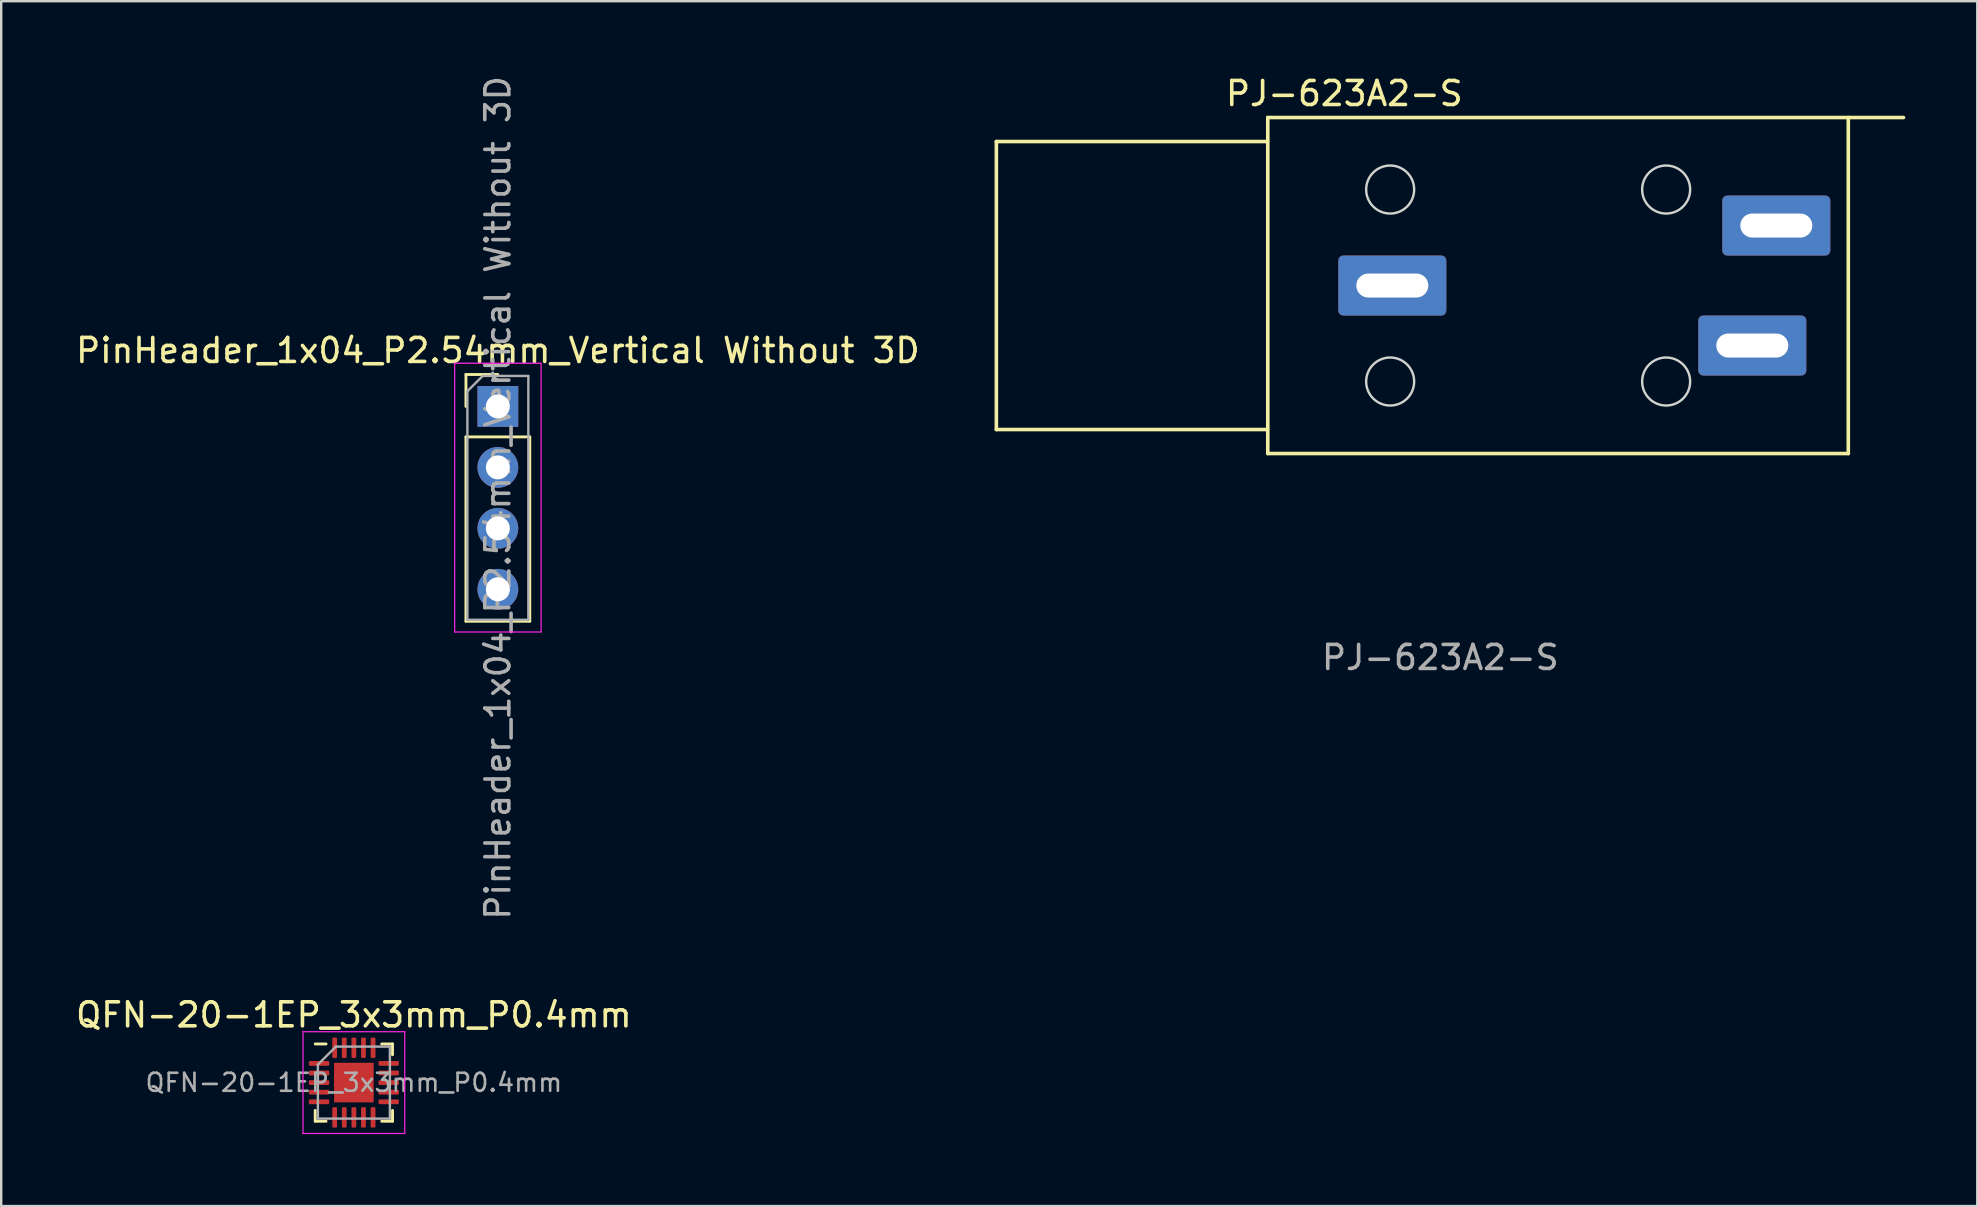
<source format=kicad_pcb>
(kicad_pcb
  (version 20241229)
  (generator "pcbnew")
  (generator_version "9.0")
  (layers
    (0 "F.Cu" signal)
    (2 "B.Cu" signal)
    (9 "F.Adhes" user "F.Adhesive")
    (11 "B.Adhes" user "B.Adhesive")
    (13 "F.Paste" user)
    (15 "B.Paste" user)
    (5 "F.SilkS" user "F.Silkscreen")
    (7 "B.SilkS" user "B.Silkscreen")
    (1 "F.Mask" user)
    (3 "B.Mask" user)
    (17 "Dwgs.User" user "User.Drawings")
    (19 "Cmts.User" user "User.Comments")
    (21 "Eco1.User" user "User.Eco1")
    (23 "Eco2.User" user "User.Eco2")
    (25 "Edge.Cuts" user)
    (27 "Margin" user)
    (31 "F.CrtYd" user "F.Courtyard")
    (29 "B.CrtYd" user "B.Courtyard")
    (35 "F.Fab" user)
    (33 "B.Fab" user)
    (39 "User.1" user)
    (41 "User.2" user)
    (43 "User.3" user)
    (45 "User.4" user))
  (footprint "QFN-20-1EP_3x3mm_P0.4mm"
    (layer "F.Cu")
    (at 11.696 42.061)
    (property "Reference" "QFN-20-1EP_3x3mm_P0.4mm" (at 0 -2.82 0) (layer "F.SilkS") (effects (font (size 1 1) (thickness 0.15))))
    (attr smd)
    (fp_line (start -1.61 1.61) (end -1.61 1.16) (stroke (width 0.12) (type solid)) (layer "F.SilkS"))
    (fp_line (start -1.16 -1.61) (end -1.61 -1.61) (stroke (width 0.12) (type solid)) (layer "F.SilkS"))
    (fp_line (start -1.16 1.61) (end -1.61 1.61) (stroke (width 0.12) (type solid)) (layer "F.SilkS"))
    (fp_line (start 1.16 -1.61) (end 1.61 -1.61) (stroke (width 0.12) (type solid)) (layer "F.SilkS"))
    (fp_line (start 1.16 1.61) (end 1.61 1.61) (stroke (width 0.12) (type solid)) (layer "F.SilkS"))
    (fp_line (start 1.61 -1.61) (end 1.61 -1.16) (stroke (width 0.12) (type solid)) (layer "F.SilkS"))
    (fp_line (start 1.61 1.61) (end 1.61 1.16) (stroke (width 0.12) (type solid)) (layer "F.SilkS"))
    (fp_line (start -2.12 -2.12) (end -2.12 2.12) (stroke (width 0.05) (type solid)) (layer "F.CrtYd"))
    (fp_line (start -2.12 2.12) (end 2.12 2.12) (stroke (width 0.05) (type solid)) (layer "F.CrtYd"))
    (fp_line (start 2.12 -2.12) (end -2.12 -2.12) (stroke (width 0.05) (type solid)) (layer "F.CrtYd"))
    (fp_line (start 2.12 2.12) (end 2.12 -2.12) (stroke (width 0.05) (type solid)) (layer "F.CrtYd"))
    (fp_line (start -1.5 -0.75) (end -0.75 -1.5) (stroke (width 0.1) (type solid)) (layer "F.Fab"))
    (fp_line (start -1.5 1.5) (end -1.5 -0.75) (stroke (width 0.1) (type solid)) (layer "F.Fab"))
    (fp_line (start -0.75 -1.5) (end 1.5 -1.5) (stroke (width 0.1) (type solid)) (layer "F.Fab"))
    (fp_line (start 1.5 -1.5) (end 1.5 1.5) (stroke (width 0.1) (type solid)) (layer "F.Fab"))
    (fp_line (start 1.5 1.5) (end -1.5 1.5) (stroke (width 0.1) (type solid)) (layer "F.Fab"))
    (fp_text user "${REFERENCE}" (at 0 0 0) (layer "F.Fab") (effects (font (size 0.75 0.75) (thickness 0.11))))
    (pad "" smd roundrect (at -0.41 -0.41) (size 0.67 0.67) (layers "F.Paste") (roundrect_rratio 0.25))
    (pad "" smd roundrect (at -0.41 0.41) (size 0.67 0.67) (layers "F.Paste") (roundrect_rratio 0.25))
    (pad "" smd roundrect (at 0.41 -0.41) (size 0.67 0.67) (layers "F.Paste") (roundrect_rratio 0.25))
    (pad "" smd roundrect (at 0.41 0.41) (size 0.67 0.67) (layers "F.Paste") (roundrect_rratio 0.25))
    (pad "1" smd roundrect (at -1.45 -0.8) (size 0.85 0.2) (layers "F.Cu" "F.Mask" "F.Paste") (roundrect_rratio 0.25))
    (pad "2" smd roundrect (at -1.45 -0.4) (size 0.85 0.2) (layers "F.Cu" "F.Mask" "F.Paste") (roundrect_rratio 0.25))
    (pad "3" smd roundrect (at -1.45 0) (size 0.85 0.2) (layers "F.Cu" "F.Mask" "F.Paste") (roundrect_rratio 0.25))
    (pad "4" smd roundrect (at -1.45 0.4) (size 0.85 0.2) (layers "F.Cu" "F.Mask" "F.Paste") (roundrect_rratio 0.25))
    (pad "5" smd roundrect (at -1.45 0.8) (size 0.85 0.2) (layers "F.Cu" "F.Mask" "F.Paste") (roundrect_rratio 0.25))
    (pad "6" smd roundrect (at -0.8 1.45) (size 0.2 0.85) (layers "F.Cu" "F.Mask" "F.Paste") (roundrect_rratio 0.25))
    (pad "7" smd roundrect (at -0.4 1.45) (size 0.2 0.85) (layers "F.Cu" "F.Mask" "F.Paste") (roundrect_rratio 0.25))
    (pad "8" smd roundrect (at 0 1.45) (size 0.2 0.85) (layers "F.Cu" "F.Mask" "F.Paste") (roundrect_rratio 0.25))
    (pad "9" smd roundrect (at 0.4 1.45) (size 0.2 0.85) (layers "F.Cu" "F.Mask" "F.Paste") (roundrect_rratio 0.25))
    (pad "10" smd roundrect (at 0.8 1.45) (size 0.2 0.85) (layers "F.Cu" "F.Mask" "F.Paste") (roundrect_rratio 0.25))
    (pad "11" smd roundrect (at 1.45 0.8) (size 0.85 0.2) (layers "F.Cu" "F.Mask" "F.Paste") (roundrect_rratio 0.25))
    (pad "12" smd roundrect (at 1.45 0.4) (size 0.85 0.2) (layers "F.Cu" "F.Mask" "F.Paste") (roundrect_rratio 0.25))
    (pad "13" smd roundrect (at 1.45 0) (size 0.85 0.2) (layers "F.Cu" "F.Mask" "F.Paste") (roundrect_rratio 0.25))
    (pad "14" smd roundrect (at 1.45 -0.4) (size 0.85 0.2) (layers "F.Cu" "F.Mask" "F.Paste") (roundrect_rratio 0.25))
    (pad "15" smd roundrect (at 1.45 -0.8) (size 0.85 0.2) (layers "F.Cu" "F.Mask" "F.Paste") (roundrect_rratio 0.25))
    (pad "16" smd roundrect (at 0.8 -1.45) (size 0.2 0.85) (layers "F.Cu" "F.Mask" "F.Paste") (roundrect_rratio 0.25))
    (pad "17" smd roundrect (at 0.4 -1.45) (size 0.2 0.85) (layers "F.Cu" "F.Mask" "F.Paste") (roundrect_rratio 0.25))
    (pad "18" smd roundrect (at 0 -1.45) (size 0.2 0.85) (layers "F.Cu" "F.Mask" "F.Paste") (roundrect_rratio 0.25))
    (pad "19" smd roundrect (at -0.4 -1.45) (size 0.2 0.85) (layers "F.Cu" "F.Mask" "F.Paste") (roundrect_rratio 0.25))
    (pad "20" smd roundrect (at -0.8 -1.45) (size 0.2 0.85) (layers "F.Cu" "F.Mask" "F.Paste") (roundrect_rratio 0.25))
    (pad "21" smd rect (at 0 0) (size 1.65 1.65) (layers "F.Cu" "F.Mask")))
  (footprint "PinHeader_1x04_P2.54mm_Vertical Without 3D"
    (layer "F.Cu")
    (at 17.696 13.886)
    (property "Reference" "PinHeader_1x04_P2.54mm_Vertical Without 3D" (at 0 -2.33 0) (layer "F.SilkS") (effects (font (size 1 1) (thickness 0.15))))
    (attr through_hole)
    (fp_line (start -1.33 -1.33) (end 0 -1.33) (stroke (width 0.12) (type solid)) (layer "F.SilkS"))
    (fp_line (start -1.33 0) (end -1.33 -1.33) (stroke (width 0.12) (type solid)) (layer "F.SilkS"))
    (fp_line (start -1.33 1.27) (end -1.33 8.95) (stroke (width 0.12) (type solid)) (layer "F.SilkS"))
    (fp_line (start -1.33 1.27) (end 1.33 1.27) (stroke (width 0.12) (type solid)) (layer "F.SilkS"))
    (fp_line (start -1.33 8.95) (end 1.33 8.95) (stroke (width 0.12) (type solid)) (layer "F.SilkS"))
    (fp_line (start 1.33 1.27) (end 1.33 8.95) (stroke (width 0.12) (type solid)) (layer "F.SilkS"))
    (fp_line (start -1.8 -1.8) (end -1.8 9.4) (stroke (width 0.05) (type solid)) (layer "F.CrtYd"))
    (fp_line (start -1.8 9.4) (end 1.8 9.4) (stroke (width 0.05) (type solid)) (layer "F.CrtYd"))
    (fp_line (start 1.8 -1.8) (end -1.8 -1.8) (stroke (width 0.05) (type solid)) (layer "F.CrtYd"))
    (fp_line (start 1.8 9.4) (end 1.8 -1.8) (stroke (width 0.05) (type solid)) (layer "F.CrtYd"))
    (fp_line (start -1.27 -0.635) (end -0.635 -1.27) (stroke (width 0.1) (type solid)) (layer "F.Fab"))
    (fp_line (start -1.27 8.89) (end -1.27 -0.635) (stroke (width 0.1) (type solid)) (layer "F.Fab"))
    (fp_line (start -0.635 -1.27) (end 1.27 -1.27) (stroke (width 0.1) (type solid)) (layer "F.Fab"))
    (fp_line (start 1.27 -1.27) (end 1.27 8.89) (stroke (width 0.1) (type solid)) (layer "F.Fab"))
    (fp_line (start 1.27 8.89) (end -1.27 8.89) (stroke (width 0.1) (type solid)) (layer "F.Fab"))
    (fp_text user "${REFERENCE}" (at 0 3.81 90) (layer "F.Fab") (effects (font (size 1 1) (thickness 0.15))))
    (pad "1" thru_hole rect (at 0 0) (size 1.7 1.7) (drill 1) (layers "*.Cu" "*.Mask"))
    (pad "2" thru_hole oval (at 0 2.54) (size 1.7 1.7) (drill 1) (layers "*.Cu" "*.Mask"))
    (pad "3" thru_hole oval (at 0 5.08) (size 1.7 1.7) (drill 1) (layers "*.Cu" "*.Mask"))
    (pad "4" thru_hole oval (at 0 7.62) (size 1.7 1.7) (drill 1) (layers "*.Cu" "*.Mask")))
  (footprint "PJ-623A2-S"
    (layer "F.Cu")
    (at 54.968 8.848)
    (property "Reference" "PJ-623A2-S" (at -2 -8 0) (unlocked yes) (layer "F.SilkS") (effects (font (size 1 1) (thickness 0.15))))
    (fp_line (start -16.5 -6) (end -16.5 6) (stroke (width 0.15) (type solid)) (layer "F.SilkS"))
    (fp_line (start -16.5 -6) (end -5.2 -6) (stroke (width 0.15) (type default)) (layer "F.SilkS"))
    (fp_line (start -16.5 6) (end -5.2 6) (stroke (width 0.15) (type default)) (layer "F.SilkS"))
    (fp_line (start -5.19 7) (end -5.19 -7) (stroke (width 0.15) (type solid)) (layer "F.SilkS"))
    (fp_line (start -5.19 7) (end 19 7) (stroke (width 0.15) (type default)) (layer "F.SilkS"))
    (fp_line (start 19 7) (end 19 -7) (stroke (width 0.15) (type default)) (layer "F.SilkS"))
    (fp_line (start 21.3 -7) (end -5.19 -7) (stroke (width 0.15) (type default)) (layer "F.SilkS"))
    (fp_circle (center -0.09 -4) (end 0.91 -4) (stroke (width 0.1) (type solid)) (fill no) (layer "Edge.Cuts"))
    (fp_circle (center -0.09 4) (end 0.91 4) (stroke (width 0.1) (type solid)) (fill no) (layer "Edge.Cuts"))
    (fp_circle (center 11.41 -4) (end 12.41 -4) (stroke (width 0.1) (type solid)) (fill no) (layer "Edge.Cuts"))
    (fp_circle (center 11.41 4) (end 12.41 4) (stroke (width 0.1) (type solid)) (fill no) (layer "Edge.Cuts"))
    (fp_text user "${REFERENCE}" (at 2 15.5 0) (unlocked yes) (layer "F.Fab") (effects (font (size 1 1) (thickness 0.15))))
    (pad "C" thru_hole roundrect (at 0 0) (size 4.5 2.5) (drill oval 3 1) (layers "*.Cu" "*.Mask") (roundrect_rratio 0.083))
    (pad "NC" thru_hole roundrect (at 16 -2.5) (size 4.5 2.5) (drill oval 3 1) (layers "*.Cu" "*.Mask") (roundrect_rratio 0.083))
    (pad "S" thru_hole roundrect (at 15 2.5) (size 4.5 2.5) (drill oval 3 1) (layers "*.Cu" "*.Mask") (roundrect_rratio 0.083)))
  (gr_rect
    (start -3 -3)
    (end 79.343 47.206)
    (stroke (width 0.1) (type default))
    (fill no)
    (layer "Edge.Cuts")))
</source>
